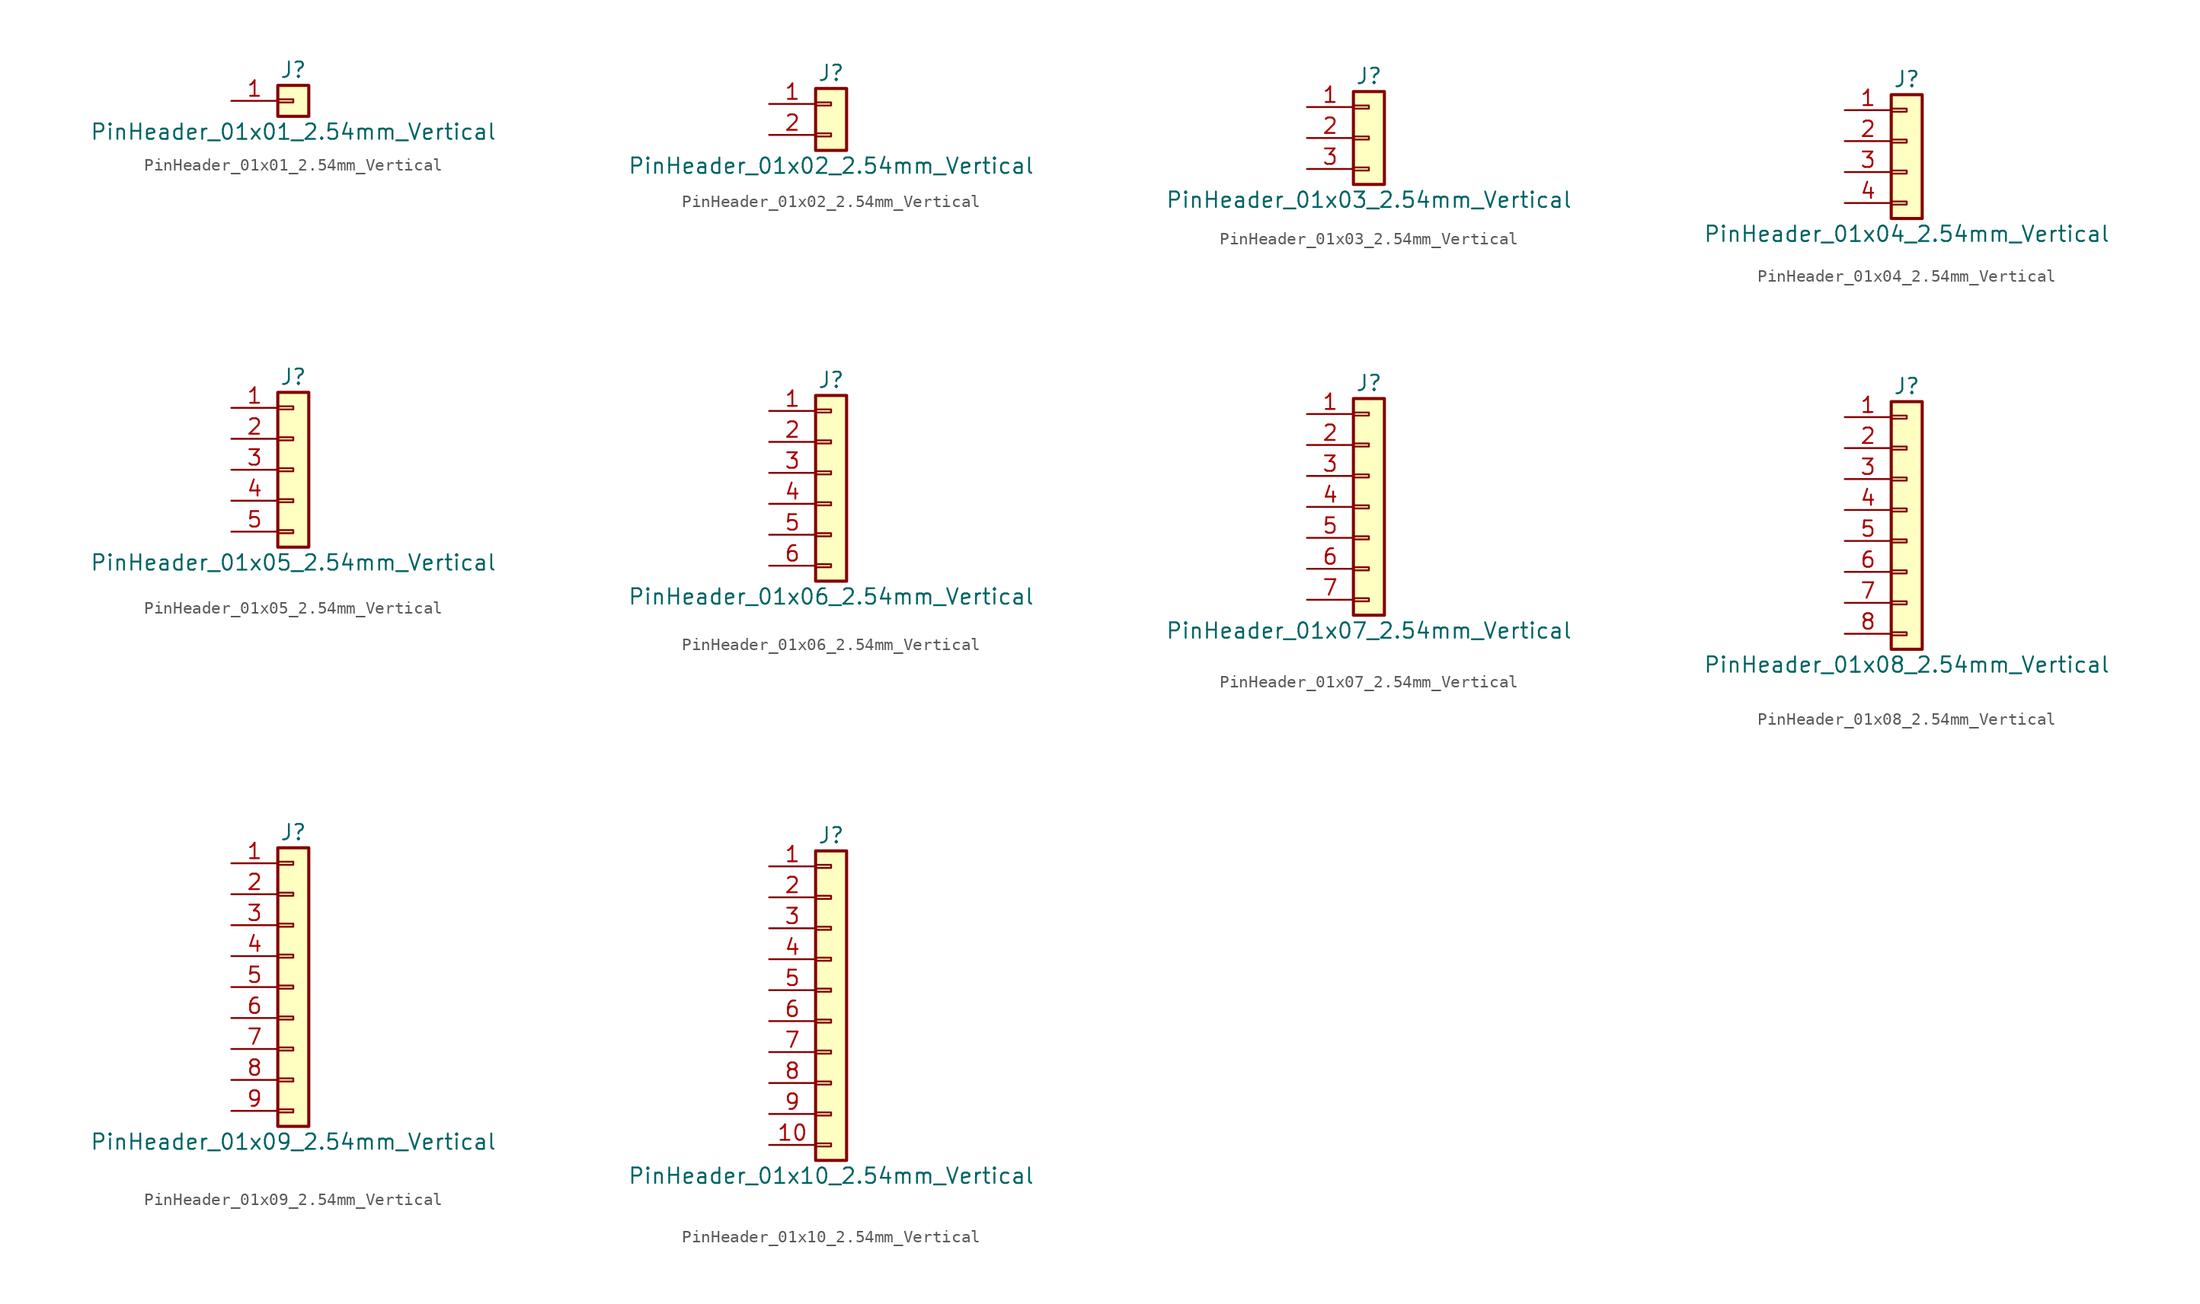
<source format=kicad_sym>
(kicad_symbol_lib
  (version 20241209)
  (generator "kicad_symbol_editor")
  (generator_version "9.0")
  (symbol "PinHeader_01x01_2.54mm_Vertical"
    (pin_names
      (offset 1.016)
      (hide yes))
    (property "Reference" "J"
      (at 0 2.54 0)
      (effects (font (size 1.27 1.27))))
    (property "Value" "PinHeader_01x01_2.54mm_Vertical"
      (at 0 -2.54 0)
      (effects (font (size 1.27 1.27))))
    (symbol "PinHeader_01x01_2.54mm_Vertical_1_1"
      (rectangle (start -1.27 1.27) (end 1.27 -1.27) (stroke (width 0.254) (type default)) (fill (type background)))
      (rectangle (start -1.27 0.127) (end 0 -0.127) (stroke (width 0.152) (type default)) (fill (type none)))
      (pin passive line (at -5.08 0 0) (length 3.81) (name "Pin_1" (effects (font (size 1.27 1.27)))) (number "1" (effects (font (size 1.27 1.27)))))))
  (symbol "PinHeader_01x02_2.54mm_Vertical"
    (pin_names
      (offset 1.016)
      (hide yes))
    (property "Reference" "J"
      (at 0 2.54 0)
      (effects (font (size 1.27 1.27))))
    (property "Value" "PinHeader_01x02_2.54mm_Vertical"
      (at 0 -5.08 0)
      (effects (font (size 1.27 1.27))))
    (symbol "PinHeader_01x02_2.54mm_Vertical_1_1"
      (rectangle (start -1.27 1.27) (end 1.27 -3.81) (stroke (width 0.254) (type default)) (fill (type background)))
      (rectangle (start -1.27 0.127) (end 0 -0.127) (stroke (width 0.152) (type default)) (fill (type none)))
      (rectangle (start -1.27 -2.413) (end 0 -2.667) (stroke (width 0.152) (type default)) (fill (type none)))
      (pin passive line (at -5.08 0 0) (length 3.81) (name "Pin_1" (effects (font (size 1.27 1.27)))) (number "1" (effects (font (size 1.27 1.27)))))
      (pin passive line (at -5.08 -2.54 0) (length 3.81) (name "Pin_2" (effects (font (size 1.27 1.27)))) (number "2" (effects (font (size 1.27 1.27)))))))
  (symbol "PinHeader_01x03_2.54mm_Vertical"
    (pin_names
      (offset 1.016)
      (hide yes))
    (property "Reference" "J"
      (at 0 5.08 0)
      (effects (font (size 1.27 1.27))))
    (property "Value" "PinHeader_01x03_2.54mm_Vertical"
      (at 0 -5.08 0)
      (effects (font (size 1.27 1.27))))
    (symbol "PinHeader_01x03_2.54mm_Vertical_1_1"
      (rectangle (start -1.27 3.81) (end 1.27 -3.81) (stroke (width 0.254) (type default)) (fill (type background)))
      (rectangle (start -1.27 2.667) (end 0 2.413) (stroke (width 0.152) (type default)) (fill (type none)))
      (rectangle (start -1.27 0.127) (end 0 -0.127) (stroke (width 0.152) (type default)) (fill (type none)))
      (rectangle (start -1.27 -2.413) (end 0 -2.667) (stroke (width 0.152) (type default)) (fill (type none)))
      (pin passive line (at -5.08 2.54 0) (length 3.81) (name "Pin_1" (effects (font (size 1.27 1.27)))) (number "1" (effects (font (size 1.27 1.27)))))
      (pin passive line (at -5.08 0 0) (length 3.81) (name "Pin_2" (effects (font (size 1.27 1.27)))) (number "2" (effects (font (size 1.27 1.27)))))
      (pin passive line (at -5.08 -2.54 0) (length 3.81) (name "Pin_3" (effects (font (size 1.27 1.27)))) (number "3" (effects (font (size 1.27 1.27)))))))
  (symbol "PinHeader_01x04_2.54mm_Vertical"
    (pin_names
      (offset 1.016)
      (hide yes))
    (property "Reference" "J"
      (at 0 5.08 0)
      (effects (font (size 1.27 1.27))))
    (property "Value" "PinHeader_01x04_2.54mm_Vertical"
      (at 0 -7.62 0)
      (effects (font (size 1.27 1.27))))
    (symbol "PinHeader_01x04_2.54mm_Vertical_1_1"
      (rectangle (start -1.27 3.81) (end 1.27 -6.35) (stroke (width 0.254) (type default)) (fill (type background)))
      (rectangle (start -1.27 2.667) (end 0 2.413) (stroke (width 0.152) (type default)) (fill (type none)))
      (rectangle (start -1.27 0.127) (end 0 -0.127) (stroke (width 0.152) (type default)) (fill (type none)))
      (rectangle (start -1.27 -2.413) (end 0 -2.667) (stroke (width 0.152) (type default)) (fill (type none)))
      (rectangle (start -1.27 -4.953) (end 0 -5.207) (stroke (width 0.152) (type default)) (fill (type none)))
      (pin passive line (at -5.08 2.54 0) (length 3.81) (name "Pin_1" (effects (font (size 1.27 1.27)))) (number "1" (effects (font (size 1.27 1.27)))))
      (pin passive line (at -5.08 0 0) (length 3.81) (name "Pin_2" (effects (font (size 1.27 1.27)))) (number "2" (effects (font (size 1.27 1.27)))))
      (pin passive line (at -5.08 -2.54 0) (length 3.81) (name "Pin_3" (effects (font (size 1.27 1.27)))) (number "3" (effects (font (size 1.27 1.27)))))
      (pin passive line (at -5.08 -5.08 0) (length 3.81) (name "Pin_4" (effects (font (size 1.27 1.27)))) (number "4" (effects (font (size 1.27 1.27)))))))
  (symbol "PinHeader_01x05_2.54mm_Vertical"
    (pin_names
      (offset 1.016)
      (hide yes))
    (property "Reference" "J"
      (at 0 7.62 0)
      (effects (font (size 1.27 1.27))))
    (property "Value" "PinHeader_01x05_2.54mm_Vertical"
      (at 0 -7.62 0)
      (effects (font (size 1.27 1.27))))
    (symbol "PinHeader_01x05_2.54mm_Vertical_1_1"
      (rectangle (start -1.27 6.35) (end 1.27 -6.35) (stroke (width 0.254) (type default)) (fill (type background)))
      (rectangle (start -1.27 5.207) (end 0 4.953) (stroke (width 0.152) (type default)) (fill (type none)))
      (rectangle (start -1.27 2.667) (end 0 2.413) (stroke (width 0.152) (type default)) (fill (type none)))
      (rectangle (start -1.27 0.127) (end 0 -0.127) (stroke (width 0.152) (type default)) (fill (type none)))
      (rectangle (start -1.27 -2.413) (end 0 -2.667) (stroke (width 0.152) (type default)) (fill (type none)))
      (rectangle (start -1.27 -4.953) (end 0 -5.207) (stroke (width 0.152) (type default)) (fill (type none)))
      (pin passive line (at -5.08 5.08 0) (length 3.81) (name "Pin_1" (effects (font (size 1.27 1.27)))) (number "1" (effects (font (size 1.27 1.27)))))
      (pin passive line (at -5.08 2.54 0) (length 3.81) (name "Pin_2" (effects (font (size 1.27 1.27)))) (number "2" (effects (font (size 1.27 1.27)))))
      (pin passive line (at -5.08 0 0) (length 3.81) (name "Pin_3" (effects (font (size 1.27 1.27)))) (number "3" (effects (font (size 1.27 1.27)))))
      (pin passive line (at -5.08 -2.54 0) (length 3.81) (name "Pin_4" (effects (font (size 1.27 1.27)))) (number "4" (effects (font (size 1.27 1.27)))))
      (pin passive line (at -5.08 -5.08 0) (length 3.81) (name "Pin_5" (effects (font (size 1.27 1.27)))) (number "5" (effects (font (size 1.27 1.27)))))))
  (symbol "PinHeader_01x06_2.54mm_Vertical"
    (pin_names
      (offset 1.016)
      (hide yes))
    (property "Reference" "J"
      (at 0 7.62 0)
      (effects (font (size 1.27 1.27))))
    (property "Value" "PinHeader_01x06_2.54mm_Vertical"
      (at 0 -10.16 0)
      (effects (font (size 1.27 1.27))))
    (symbol "PinHeader_01x06_2.54mm_Vertical_1_1"
      (rectangle (start -1.27 6.35) (end 1.27 -8.89) (stroke (width 0.254) (type default)) (fill (type background)))
      (rectangle (start -1.27 5.207) (end 0 4.953) (stroke (width 0.152) (type default)) (fill (type none)))
      (rectangle (start -1.27 2.667) (end 0 2.413) (stroke (width 0.152) (type default)) (fill (type none)))
      (rectangle (start -1.27 0.127) (end 0 -0.127) (stroke (width 0.152) (type default)) (fill (type none)))
      (rectangle (start -1.27 -2.413) (end 0 -2.667) (stroke (width 0.152) (type default)) (fill (type none)))
      (rectangle (start -1.27 -4.953) (end 0 -5.207) (stroke (width 0.152) (type default)) (fill (type none)))
      (rectangle (start -1.27 -7.493) (end 0 -7.747) (stroke (width 0.152) (type default)) (fill (type none)))
      (pin passive line (at -5.08 5.08 0) (length 3.81) (name "Pin_1" (effects (font (size 1.27 1.27)))) (number "1" (effects (font (size 1.27 1.27)))))
      (pin passive line (at -5.08 2.54 0) (length 3.81) (name "Pin_2" (effects (font (size 1.27 1.27)))) (number "2" (effects (font (size 1.27 1.27)))))
      (pin passive line (at -5.08 0 0) (length 3.81) (name "Pin_3" (effects (font (size 1.27 1.27)))) (number "3" (effects (font (size 1.27 1.27)))))
      (pin passive line (at -5.08 -2.54 0) (length 3.81) (name "Pin_4" (effects (font (size 1.27 1.27)))) (number "4" (effects (font (size 1.27 1.27)))))
      (pin passive line (at -5.08 -5.08 0) (length 3.81) (name "Pin_5" (effects (font (size 1.27 1.27)))) (number "5" (effects (font (size 1.27 1.27)))))
      (pin passive line (at -5.08 -7.62 0) (length 3.81) (name "Pin_6" (effects (font (size 1.27 1.27)))) (number "6" (effects (font (size 1.27 1.27)))))))
  (symbol "PinHeader_01x07_2.54mm_Vertical"
    (pin_names
      (offset 1.016)
      (hide yes))
    (property "Reference" "J"
      (at 0 10.16 0)
      (effects (font (size 1.27 1.27))))
    (property "Value" "PinHeader_01x07_2.54mm_Vertical"
      (at 0 -10.16 0)
      (effects (font (size 1.27 1.27))))
    (symbol "PinHeader_01x07_2.54mm_Vertical_1_1"
      (rectangle (start -1.27 8.89) (end 1.27 -8.89) (stroke (width 0.254) (type default)) (fill (type background)))
      (rectangle (start -1.27 7.747) (end 0 7.493) (stroke (width 0.152) (type default)) (fill (type none)))
      (rectangle (start -1.27 5.207) (end 0 4.953) (stroke (width 0.152) (type default)) (fill (type none)))
      (rectangle (start -1.27 2.667) (end 0 2.413) (stroke (width 0.152) (type default)) (fill (type none)))
      (rectangle (start -1.27 0.127) (end 0 -0.127) (stroke (width 0.152) (type default)) (fill (type none)))
      (rectangle (start -1.27 -2.413) (end 0 -2.667) (stroke (width 0.152) (type default)) (fill (type none)))
      (rectangle (start -1.27 -4.953) (end 0 -5.207) (stroke (width 0.152) (type default)) (fill (type none)))
      (rectangle (start -1.27 -7.493) (end 0 -7.747) (stroke (width 0.152) (type default)) (fill (type none)))
      (pin passive line (at -5.08 7.62 0) (length 3.81) (name "Pin_1" (effects (font (size 1.27 1.27)))) (number "1" (effects (font (size 1.27 1.27)))))
      (pin passive line (at -5.08 5.08 0) (length 3.81) (name "Pin_2" (effects (font (size 1.27 1.27)))) (number "2" (effects (font (size 1.27 1.27)))))
      (pin passive line (at -5.08 2.54 0) (length 3.81) (name "Pin_3" (effects (font (size 1.27 1.27)))) (number "3" (effects (font (size 1.27 1.27)))))
      (pin passive line (at -5.08 0 0) (length 3.81) (name "Pin_4" (effects (font (size 1.27 1.27)))) (number "4" (effects (font (size 1.27 1.27)))))
      (pin passive line (at -5.08 -2.54 0) (length 3.81) (name "Pin_5" (effects (font (size 1.27 1.27)))) (number "5" (effects (font (size 1.27 1.27)))))
      (pin passive line (at -5.08 -5.08 0) (length 3.81) (name "Pin_6" (effects (font (size 1.27 1.27)))) (number "6" (effects (font (size 1.27 1.27)))))
      (pin passive line (at -5.08 -7.62 0) (length 3.81) (name "Pin_7" (effects (font (size 1.27 1.27)))) (number "7" (effects (font (size 1.27 1.27)))))))
  (symbol "PinHeader_01x08_2.54mm_Vertical"
    (pin_names
      (offset 1.016)
      (hide yes))
    (property "Reference" "J"
      (at 0 10.16 0)
      (effects (font (size 1.27 1.27))))
    (property "Value" "PinHeader_01x08_2.54mm_Vertical"
      (at 0 -12.7 0)
      (effects (font (size 1.27 1.27))))
    (symbol "PinHeader_01x08_2.54mm_Vertical_1_1"
      (rectangle (start -1.27 8.89) (end 1.27 -11.43) (stroke (width 0.254) (type default)) (fill (type background)))
      (rectangle (start -1.27 7.747) (end 0 7.493) (stroke (width 0.152) (type default)) (fill (type none)))
      (rectangle (start -1.27 5.207) (end 0 4.953) (stroke (width 0.152) (type default)) (fill (type none)))
      (rectangle (start -1.27 2.667) (end 0 2.413) (stroke (width 0.152) (type default)) (fill (type none)))
      (rectangle (start -1.27 0.127) (end 0 -0.127) (stroke (width 0.152) (type default)) (fill (type none)))
      (rectangle (start -1.27 -2.413) (end 0 -2.667) (stroke (width 0.152) (type default)) (fill (type none)))
      (rectangle (start -1.27 -4.953) (end 0 -5.207) (stroke (width 0.152) (type default)) (fill (type none)))
      (rectangle (start -1.27 -7.493) (end 0 -7.747) (stroke (width 0.152) (type default)) (fill (type none)))
      (rectangle (start -1.27 -10.033) (end 0 -10.287) (stroke (width 0.152) (type default)) (fill (type none)))
      (pin passive line (at -5.08 7.62 0) (length 3.81) (name "Pin_1" (effects (font (size 1.27 1.27)))) (number "1" (effects (font (size 1.27 1.27)))))
      (pin passive line (at -5.08 5.08 0) (length 3.81) (name "Pin_2" (effects (font (size 1.27 1.27)))) (number "2" (effects (font (size 1.27 1.27)))))
      (pin passive line (at -5.08 2.54 0) (length 3.81) (name "Pin_3" (effects (font (size 1.27 1.27)))) (number "3" (effects (font (size 1.27 1.27)))))
      (pin passive line (at -5.08 0 0) (length 3.81) (name "Pin_4" (effects (font (size 1.27 1.27)))) (number "4" (effects (font (size 1.27 1.27)))))
      (pin passive line (at -5.08 -2.54 0) (length 3.81) (name "Pin_5" (effects (font (size 1.27 1.27)))) (number "5" (effects (font (size 1.27 1.27)))))
      (pin passive line (at -5.08 -5.08 0) (length 3.81) (name "Pin_6" (effects (font (size 1.27 1.27)))) (number "6" (effects (font (size 1.27 1.27)))))
      (pin passive line (at -5.08 -7.62 0) (length 3.81) (name "Pin_7" (effects (font (size 1.27 1.27)))) (number "7" (effects (font (size 1.27 1.27)))))
      (pin passive line (at -5.08 -10.16 0) (length 3.81) (name "Pin_8" (effects (font (size 1.27 1.27)))) (number "8" (effects (font (size 1.27 1.27)))))))
  (symbol "PinHeader_01x09_2.54mm_Vertical"
    (pin_names
      (offset 1.016)
      (hide yes))
    (property "Reference" "J"
      (at 0 12.7 0)
      (effects (font (size 1.27 1.27))))
    (property "Value" "PinHeader_01x09_2.54mm_Vertical"
      (at 0 -12.7 0)
      (effects (font (size 1.27 1.27))))
    (symbol "PinHeader_01x09_2.54mm_Vertical_1_1"
      (rectangle (start -1.27 11.43) (end 1.27 -11.43) (stroke (width 0.254) (type default)) (fill (type background)))
      (rectangle (start -1.27 10.287) (end 0 10.033) (stroke (width 0.152) (type default)) (fill (type none)))
      (rectangle (start -1.27 7.747) (end 0 7.493) (stroke (width 0.152) (type default)) (fill (type none)))
      (rectangle (start -1.27 5.207) (end 0 4.953) (stroke (width 0.152) (type default)) (fill (type none)))
      (rectangle (start -1.27 2.667) (end 0 2.413) (stroke (width 0.152) (type default)) (fill (type none)))
      (rectangle (start -1.27 0.127) (end 0 -0.127) (stroke (width 0.152) (type default)) (fill (type none)))
      (rectangle (start -1.27 -2.413) (end 0 -2.667) (stroke (width 0.152) (type default)) (fill (type none)))
      (rectangle (start -1.27 -4.953) (end 0 -5.207) (stroke (width 0.152) (type default)) (fill (type none)))
      (rectangle (start -1.27 -7.493) (end 0 -7.747) (stroke (width 0.152) (type default)) (fill (type none)))
      (rectangle (start -1.27 -10.033) (end 0 -10.287) (stroke (width 0.152) (type default)) (fill (type none)))
      (pin passive line (at -5.08 10.16 0) (length 3.81) (name "Pin_1" (effects (font (size 1.27 1.27)))) (number "1" (effects (font (size 1.27 1.27)))))
      (pin passive line (at -5.08 7.62 0) (length 3.81) (name "Pin_2" (effects (font (size 1.27 1.27)))) (number "2" (effects (font (size 1.27 1.27)))))
      (pin passive line (at -5.08 5.08 0) (length 3.81) (name "Pin_3" (effects (font (size 1.27 1.27)))) (number "3" (effects (font (size 1.27 1.27)))))
      (pin passive line (at -5.08 2.54 0) (length 3.81) (name "Pin_4" (effects (font (size 1.27 1.27)))) (number "4" (effects (font (size 1.27 1.27)))))
      (pin passive line (at -5.08 0 0) (length 3.81) (name "Pin_5" (effects (font (size 1.27 1.27)))) (number "5" (effects (font (size 1.27 1.27)))))
      (pin passive line (at -5.08 -2.54 0) (length 3.81) (name "Pin_6" (effects (font (size 1.27 1.27)))) (number "6" (effects (font (size 1.27 1.27)))))
      (pin passive line (at -5.08 -5.08 0) (length 3.81) (name "Pin_7" (effects (font (size 1.27 1.27)))) (number "7" (effects (font (size 1.27 1.27)))))
      (pin passive line (at -5.08 -7.62 0) (length 3.81) (name "Pin_8" (effects (font (size 1.27 1.27)))) (number "8" (effects (font (size 1.27 1.27)))))
      (pin passive line (at -5.08 -10.16 0) (length 3.81) (name "Pin_9" (effects (font (size 1.27 1.27)))) (number "9" (effects (font (size 1.27 1.27)))))))
  (symbol "PinHeader_01x10_2.54mm_Vertical"
    (pin_names
      (offset 1.016)
      (hide yes))
    (property "Reference" "J"
      (at 0 12.7 0)
      (effects (font (size 1.27 1.27))))
    (property "Value" "PinHeader_01x10_2.54mm_Vertical"
      (at 0 -15.24 0)
      (effects (font (size 1.27 1.27))))
    (symbol "PinHeader_01x10_2.54mm_Vertical_1_1"
      (rectangle (start -1.27 11.43) (end 1.27 -13.97) (stroke (width 0.254) (type default)) (fill (type background)))
      (rectangle (start -1.27 10.287) (end 0 10.033) (stroke (width 0.152) (type default)) (fill (type none)))
      (rectangle (start -1.27 7.747) (end 0 7.493) (stroke (width 0.152) (type default)) (fill (type none)))
      (rectangle (start -1.27 5.207) (end 0 4.953) (stroke (width 0.152) (type default)) (fill (type none)))
      (rectangle (start -1.27 2.667) (end 0 2.413) (stroke (width 0.152) (type default)) (fill (type none)))
      (rectangle (start -1.27 0.127) (end 0 -0.127) (stroke (width 0.152) (type default)) (fill (type none)))
      (rectangle (start -1.27 -2.413) (end 0 -2.667) (stroke (width 0.152) (type default)) (fill (type none)))
      (rectangle (start -1.27 -4.953) (end 0 -5.207) (stroke (width 0.152) (type default)) (fill (type none)))
      (rectangle (start -1.27 -7.493) (end 0 -7.747) (stroke (width 0.152) (type default)) (fill (type none)))
      (rectangle (start -1.27 -10.033) (end 0 -10.287) (stroke (width 0.152) (type default)) (fill (type none)))
      (rectangle (start -1.27 -12.573) (end 0 -12.827) (stroke (width 0.152) (type default)) (fill (type none)))
      (pin passive line (at -5.08 10.16 0) (length 3.81) (name "Pin_1" (effects (font (size 1.27 1.27)))) (number "1" (effects (font (size 1.27 1.27)))))
      (pin passive line (at -5.08 7.62 0) (length 3.81) (name "Pin_2" (effects (font (size 1.27 1.27)))) (number "2" (effects (font (size 1.27 1.27)))))
      (pin passive line (at -5.08 5.08 0) (length 3.81) (name "Pin_3" (effects (font (size 1.27 1.27)))) (number "3" (effects (font (size 1.27 1.27)))))
      (pin passive line (at -5.08 2.54 0) (length 3.81) (name "Pin_4" (effects (font (size 1.27 1.27)))) (number "4" (effects (font (size 1.27 1.27)))))
      (pin passive line (at -5.08 0 0) (length 3.81) (name "Pin_5" (effects (font (size 1.27 1.27)))) (number "5" (effects (font (size 1.27 1.27)))))
      (pin passive line (at -5.08 -2.54 0) (length 3.81) (name "Pin_6" (effects (font (size 1.27 1.27)))) (number "6" (effects (font (size 1.27 1.27)))))
      (pin passive line (at -5.08 -5.08 0) (length 3.81) (name "Pin_7" (effects (font (size 1.27 1.27)))) (number "7" (effects (font (size 1.27 1.27)))))
      (pin passive line (at -5.08 -7.62 0) (length 3.81) (name "Pin_8" (effects (font (size 1.27 1.27)))) (number "8" (effects (font (size 1.27 1.27)))))
      (pin passive line (at -5.08 -10.16 0) (length 3.81) (name "Pin_9" (effects (font (size 1.27 1.27)))) (number "9" (effects (font (size 1.27 1.27)))))
      (pin passive line (at -5.08 -12.7 0) (length 3.81) (name "Pin_10" (effects (font (size 1.27 1.27)))) (number "10" (effects (font (size 1.27 1.27))))))))
</source>
